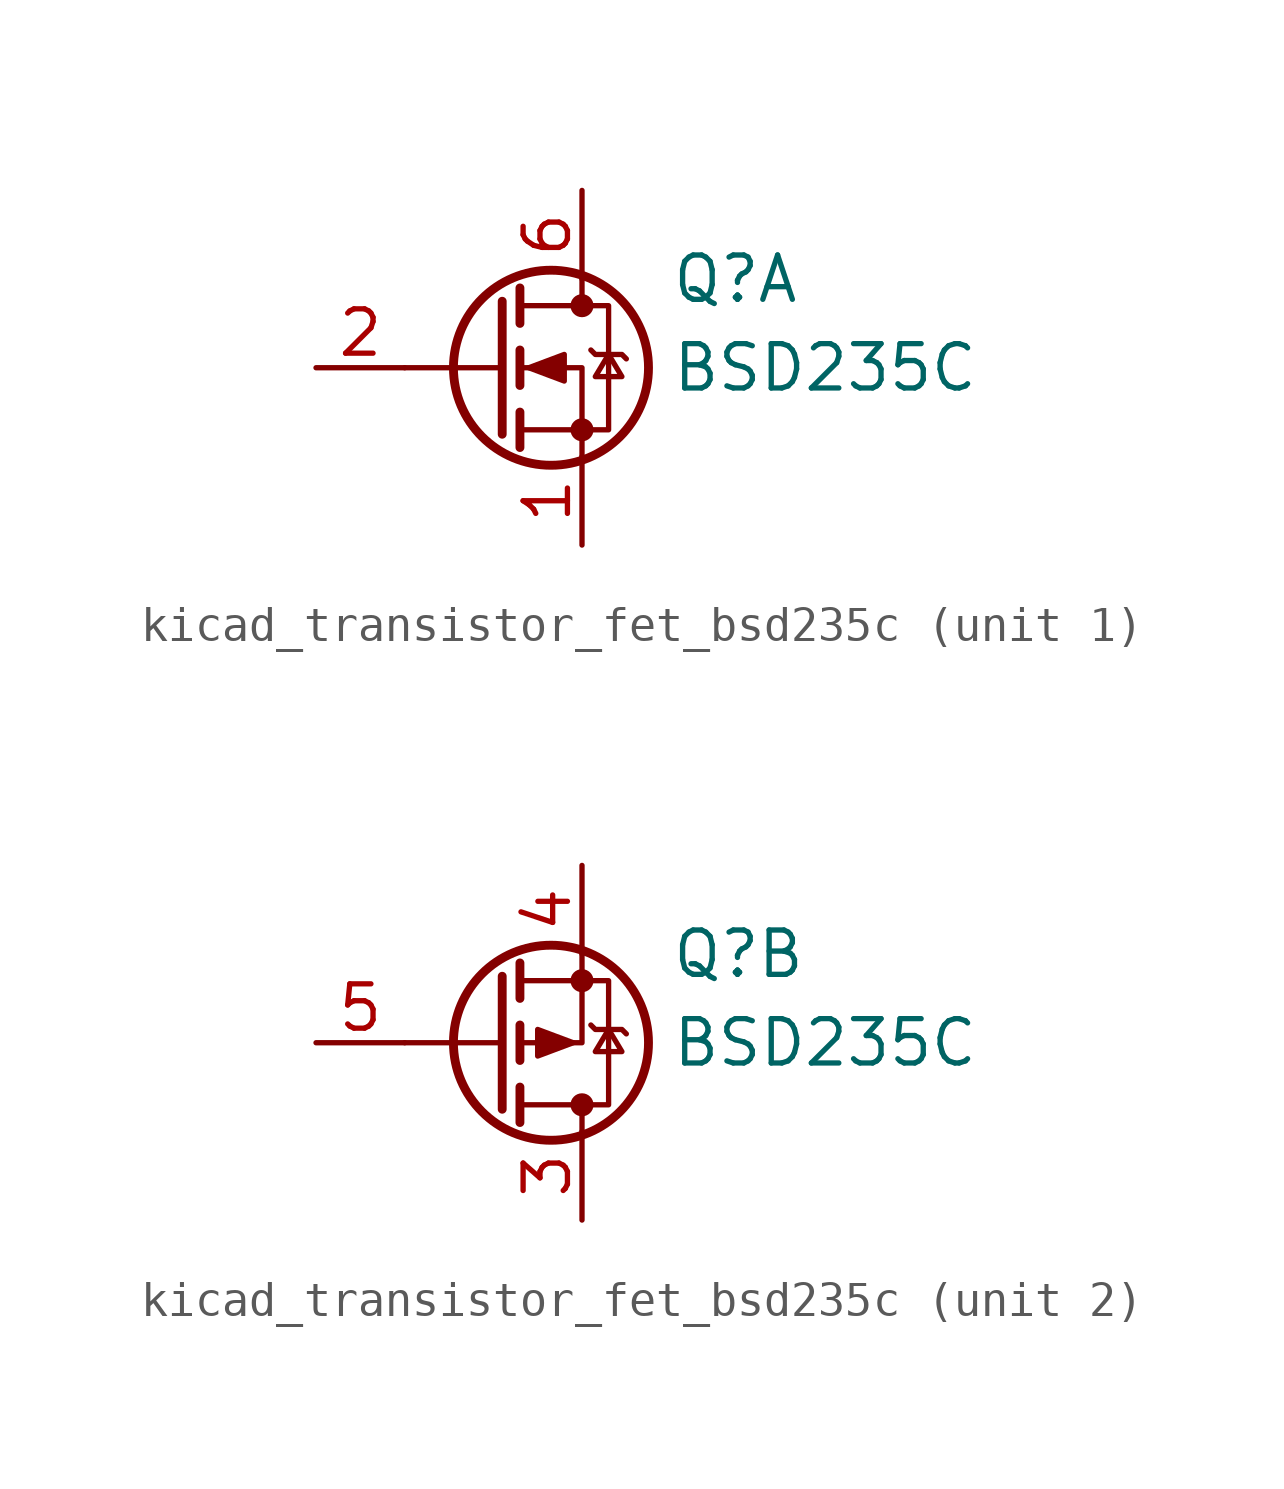
<source format=kicad_sym>
(kicad_symbol_lib
  (version 20220914)
  (generator kicad_symbol_editor)
  (symbol "kicad_transistor_fet_bsd235c"
    (pin_names hide)
    (property "Reference" "Q"
      (at 5.08 2.54 0)
      (effects (font (size 1.27 1.27)) (justify left)))
    (property "Value" "BSD235C"
      (at 5.08 0 0)
      (effects (font (size 1.27 1.27)) (justify left)))
    (symbol "kicad_transistor_fet_bsd235c_1_1"
      (polyline (pts (xy 0.254 -1.905) (xy 0.254 1.905)) (stroke (width 0.254) (type default)) (fill (type none)))
      (polyline (pts (xy 0.254 0) (xy -2.54 0)) (stroke (width 0) (type default)) (fill (type none)))
      (polyline (pts (xy 0.762 -2.286) (xy 0.762 -1.27)) (stroke (width 0.254) (type default)) (fill (type none)))
      (polyline (pts (xy 0.762 -0.508) (xy 0.762 0.508)) (stroke (width 0.254) (type default)) (fill (type none)))
      (polyline (pts (xy 0.762 1.27) (xy 0.762 2.286)) (stroke (width 0.254) (type default)) (fill (type none)))
      (polyline (pts (xy 2.54 1.905) (xy 2.54 2.54)) (stroke (width 0) (type default)) (fill (type none)))
      (polyline (pts (xy 2.54 -2.54) (xy 2.54 0) (xy 0.762 0)) (stroke (width 0) (type default)) (fill (type none)))
      (polyline (pts (xy 0.762 1.778) (xy 3.302 1.778) (xy 3.302 -1.778) (xy 0.762 -1.778)) (stroke (width 0) (type default)) (fill (type none)))
      (polyline (pts (xy 1.016 0) (xy 2.032 -0.381) (xy 2.032 0.381) (xy 1.016 0)) (stroke (width 0) (type default)) (fill (type outline)))
      (polyline (pts (xy 2.794 0.508) (xy 2.921 0.381) (xy 3.683 0.381) (xy 3.81 0.254)) (stroke (width 0) (type default)) (fill (type none)))
      (polyline (pts (xy 3.302 0.381) (xy 2.921 -0.254) (xy 3.683 -0.254) (xy 3.302 0.381)) (stroke (width 0) (type default)) (fill (type none)))
      (circle (center 1.651 0) (radius 2.794) (stroke (width 0.254) (type default)) (fill (type none)))
      (circle (center 2.54 -1.778) (radius 0.254) (stroke (width 0) (type default)) (fill (type outline)))
      (circle (center 2.54 1.778) (radius 0.254) (stroke (width 0) (type default)) (fill (type outline)))
      (pin passive line (at 2.54 -5.08 90) (length 2.54) (name "SN" (effects (font (size 1.27 1.27)))) (number "1" (effects (font (size 1.27 1.27)))))
      (pin input line (at -5.08 0 0) (length 2.54) (name "GN" (effects (font (size 1.27 1.27)))) (number "2" (effects (font (size 1.27 1.27)))))
      (pin passive line (at 2.54 5.08 270) (length 2.54) (name "DN" (effects (font (size 1.27 1.27)))) (number "6" (effects (font (size 1.27 1.27))))))
    (symbol "kicad_transistor_fet_bsd235c_2_1"
      (polyline (pts (xy 0.254 0) (xy -2.54 0)) (stroke (width 0) (type default)) (fill (type none)))
      (polyline (pts (xy 0.254 1.905) (xy 0.254 -1.905)) (stroke (width 0.254) (type default)) (fill (type none)))
      (polyline (pts (xy 0.762 -1.27) (xy 0.762 -2.286)) (stroke (width 0.254) (type default)) (fill (type none)))
      (polyline (pts (xy 0.762 0.508) (xy 0.762 -0.508)) (stroke (width 0.254) (type default)) (fill (type none)))
      (polyline (pts (xy 0.762 2.286) (xy 0.762 1.27)) (stroke (width 0.254) (type default)) (fill (type none)))
      (polyline (pts (xy 2.54 -1.905) (xy 2.54 -2.54)) (stroke (width 0) (type default)) (fill (type none)))
      (polyline (pts (xy 2.54 2.54) (xy 2.54 0) (xy 0.762 0)) (stroke (width 0) (type default)) (fill (type none)))
      (polyline (pts (xy 0.762 -1.778) (xy 3.302 -1.778) (xy 3.302 1.778) (xy 0.762 1.778)) (stroke (width 0) (type default)) (fill (type none)))
      (polyline (pts (xy 2.286 0) (xy 1.27 -0.381) (xy 1.27 0.381) (xy 2.286 0)) (stroke (width 0) (type default)) (fill (type outline)))
      (polyline (pts (xy 2.794 0.508) (xy 2.921 0.381) (xy 3.683 0.381) (xy 3.81 0.254)) (stroke (width 0) (type default)) (fill (type none)))
      (polyline (pts (xy 3.302 0.381) (xy 2.921 -0.254) (xy 3.683 -0.254) (xy 3.302 0.381)) (stroke (width 0) (type default)) (fill (type none)))
      (circle (center 1.651 0) (radius 2.794) (stroke (width 0.254) (type default)) (fill (type none)))
      (circle (center 2.54 -1.778) (radius 0.254) (stroke (width 0) (type default)) (fill (type outline)))
      (circle (center 2.54 1.778) (radius 0.254) (stroke (width 0) (type default)) (fill (type outline)))
      (pin passive line (at 2.54 -5.08 90) (length 2.54) (name "DP" (effects (font (size 1.27 1.27)))) (number "3" (effects (font (size 1.27 1.27)))))
      (pin passive line (at 2.54 5.08 270) (length 2.54) (name "SP" (effects (font (size 1.27 1.27)))) (number "4" (effects (font (size 1.27 1.27)))))
      (pin input line (at -5.08 0 0) (length 2.54) (name "GP" (effects (font (size 1.27 1.27)))) (number "5" (effects (font (size 1.27 1.27))))))))
</source>
